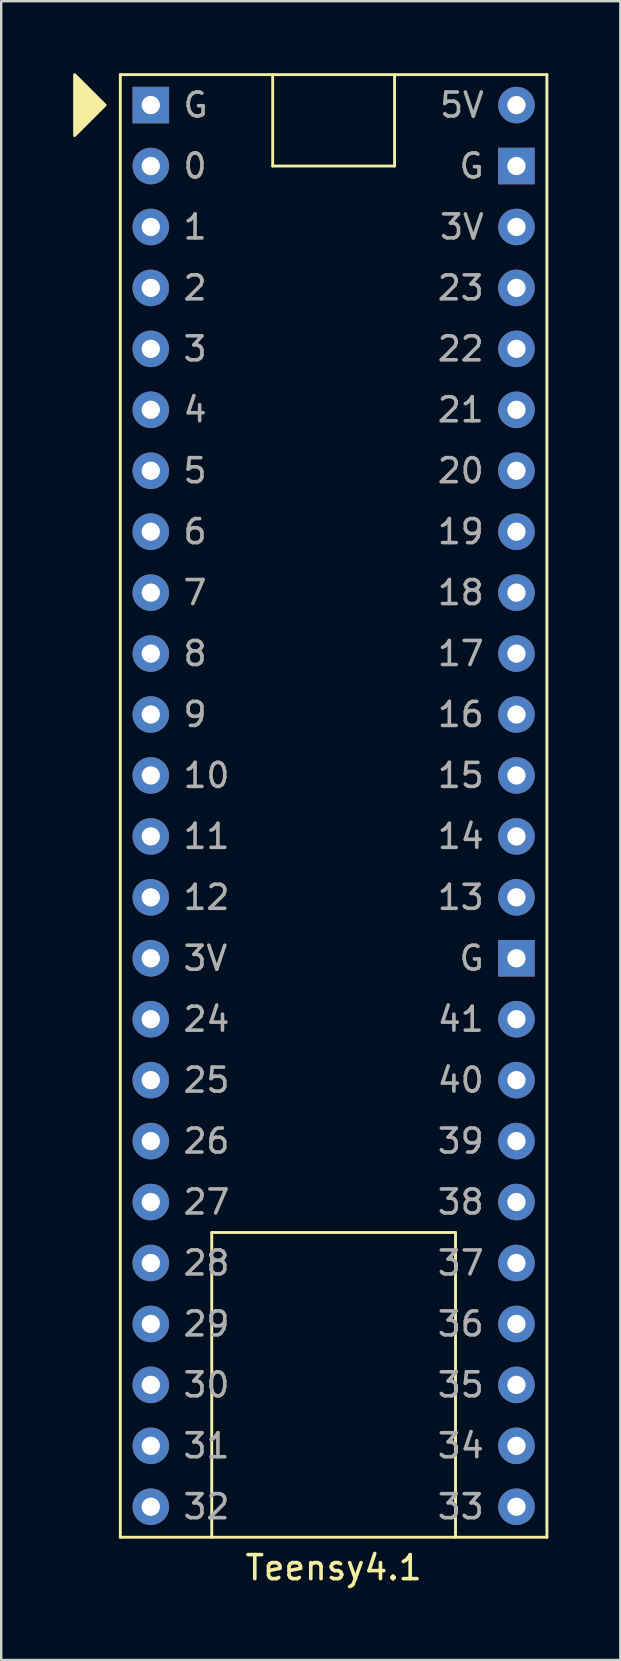
<source format=kicad_pcb>
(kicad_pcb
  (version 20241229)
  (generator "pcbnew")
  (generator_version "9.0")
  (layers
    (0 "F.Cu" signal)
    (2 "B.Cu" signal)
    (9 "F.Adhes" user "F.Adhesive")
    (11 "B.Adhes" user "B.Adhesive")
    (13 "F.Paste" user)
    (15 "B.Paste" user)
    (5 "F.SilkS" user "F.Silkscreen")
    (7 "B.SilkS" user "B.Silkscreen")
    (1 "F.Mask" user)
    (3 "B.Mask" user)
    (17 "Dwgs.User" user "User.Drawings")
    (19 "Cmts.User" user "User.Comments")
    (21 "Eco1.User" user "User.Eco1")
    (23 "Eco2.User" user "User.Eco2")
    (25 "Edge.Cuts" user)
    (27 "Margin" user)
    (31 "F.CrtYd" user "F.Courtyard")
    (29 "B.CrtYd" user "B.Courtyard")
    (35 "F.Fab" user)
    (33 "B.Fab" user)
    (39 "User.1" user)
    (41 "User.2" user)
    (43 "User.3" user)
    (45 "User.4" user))
  (footprint "Teensy4.1"
    (layer "F.Cu")
    (at 1.965 61.02)
    (property "Reference" "Teensy4.1" (at 8.89 1.27 0) (layer "F.SilkS") (effects (font (size 1 1) (thickness 0.15))))
    (attr through_hole)
    (fp_line (start 0 -60.96) (end 17.78 -60.96) (stroke (width 0.12) (type solid)) (layer "F.SilkS"))
    (fp_line (start 0 0) (end 0 -60.96) (stroke (width 0.12) (type solid)) (layer "F.SilkS"))
    (fp_line (start 3.81 -12.7) (end 13.97 -12.7) (stroke (width 0.12) (type solid)) (layer "F.SilkS"))
    (fp_line (start 3.81 0) (end 3.81 -12.7) (stroke (width 0.12) (type solid)) (layer "F.SilkS"))
    (fp_line (start 6.35 -60.96) (end 6.35 -57.15) (stroke (width 0.12) (type solid)) (layer "F.SilkS"))
    (fp_line (start 6.35 -57.15) (end 11.43 -57.15) (stroke (width 0.12) (type solid)) (layer "F.SilkS"))
    (fp_line (start 11.43 -57.15) (end 11.43 -60.96) (stroke (width 0.12) (type solid)) (layer "F.SilkS"))
    (fp_line (start 13.97 -12.7) (end 13.97 0) (stroke (width 0.12) (type solid)) (layer "F.SilkS"))
    (fp_line (start 17.78 -60.96) (end 17.78 0) (stroke (width 0.12) (type solid)) (layer "F.SilkS"))
    (fp_line (start 17.78 0) (end 0 0) (stroke (width 0.12) (type solid)) (layer "F.SilkS"))
    (fp_poly (pts (xy -0.635 -59.69) (xy -1.905 -58.42) (xy -1.905 -60.96)) (stroke (width 0.12) (type solid)) (fill yes) (layer "F.SilkS"))
    (fp_text user "3V" (at 2.54 -24.13 0) (layer "F.Fab") (effects (font (size 1 1) (thickness 0.15)) (justify left)))
    (fp_text user "26" (at 2.54 -16.51 0) (layer "F.Fab") (effects (font (size 1 1) (thickness 0.15)) (justify left)))
    (fp_text user "25" (at 2.54 -19.05 0) (layer "F.Fab") (effects (font (size 1 1) (thickness 0.15)) (justify left)))
    (fp_text user "5V" (at 15.24 -59.69 0) (layer "F.Fab") (effects (font (size 1 1) (thickness 0.15)) (justify right)))
    (fp_text user "34" (at 15.24 -3.81 0) (layer "F.Fab") (effects (font (size 1 1) (thickness 0.15)) (justify right)))
    (fp_text user "21" (at 15.24 -46.99 0) (layer "F.Fab") (effects (font (size 1 1) (thickness 0.15)) (justify right)))
    (fp_text user "5" (at 2.54 -44.45 0) (layer "F.Fab") (effects (font (size 1 1) (thickness 0.15)) (justify left)))
    (fp_text user "36" (at 15.24 -8.89 0) (layer "F.Fab") (effects (font (size 1 1) (thickness 0.15)) (justify right)))
    (fp_text user "20" (at 15.24 -44.45 0) (layer "F.Fab") (effects (font (size 1 1) (thickness 0.15)) (justify right)))
    (fp_text user "11" (at 2.54 -29.21 0) (layer "F.Fab") (effects (font (size 1 1) (thickness 0.15)) (justify left)))
    (fp_text user "G" (at 15.24 -57.15 0) (layer "F.Fab") (effects (font (size 1 1) (thickness 0.15)) (justify right)))
    (fp_text user "41" (at 15.24 -21.59 0) (layer "F.Fab") (effects (font (size 1 1) (thickness 0.15)) (justify right)))
    (fp_text user "29" (at 2.54 -8.89 0) (layer "F.Fab") (effects (font (size 1 1) (thickness 0.15)) (justify left)))
    (fp_text user "3" (at 2.54 -49.53 0) (layer "F.Fab") (effects (font (size 1 1) (thickness 0.15)) (justify left)))
    (fp_text user "33" (at 15.24 -1.27 0) (layer "F.Fab") (effects (font (size 1 1) (thickness 0.15)) (justify right)))
    (fp_text user "2" (at 2.54 -52.07 0) (layer "F.Fab") (effects (font (size 1 1) (thickness 0.15)) (justify left)))
    (fp_text user "30" (at 2.54 -6.35 0) (layer "F.Fab") (effects (font (size 1 1) (thickness 0.15)) (justify left)))
    (fp_text user "6" (at 2.54 -41.91 0) (layer "F.Fab") (effects (font (size 1 1) (thickness 0.15)) (justify left)))
    (fp_text user "18" (at 15.24 -39.37 0) (layer "F.Fab") (effects (font (size 1 1) (thickness 0.15)) (justify right)))
    (fp_text user "G" (at 15.24 -24.13 0) (layer "F.Fab") (effects (font (size 1 1) (thickness 0.15)) (justify right)))
    (fp_text user "37" (at 15.24 -11.43 0) (layer "F.Fab") (effects (font (size 1 1) (thickness 0.15)) (justify right)))
    (fp_text user "12" (at 2.54 -26.67 0) (layer "F.Fab") (effects (font (size 1 1) (thickness 0.15)) (justify left)))
    (fp_text user "0" (at 2.54 -57.15 0) (layer "F.Fab") (effects (font (size 1 1) (thickness 0.15)) (justify left)))
    (fp_text user "1" (at 2.54 -54.61 0) (layer "F.Fab") (effects (font (size 1 1) (thickness 0.15)) (justify left)))
    (fp_text user "4" (at 2.54 -46.99 0) (layer "F.Fab") (effects (font (size 1 1) (thickness 0.15)) (justify left)))
    (fp_text user "40" (at 15.24 -19.05 0) (layer "F.Fab") (effects (font (size 1 1) (thickness 0.15)) (justify right)))
    (fp_text user "38" (at 15.24 -13.97 0) (layer "F.Fab") (effects (font (size 1 1) (thickness 0.15)) (justify right)))
    (fp_text user "32" (at 2.54 -1.27 0) (layer "F.Fab") (effects (font (size 1 1) (thickness 0.15)) (justify left)))
    (fp_text user "39" (at 15.24 -16.51 0) (layer "F.Fab") (effects (font (size 1 1) (thickness 0.15)) (justify right)))
    (fp_text user "9" (at 2.54 -34.29 0) (layer "F.Fab") (effects (font (size 1 1) (thickness 0.15)) (justify left)))
    (fp_text user "35" (at 15.24 -6.35 0) (layer "F.Fab") (effects (font (size 1 1) (thickness 0.15)) (justify right)))
    (fp_text user "G" (at 2.54 -59.69 0) (layer "F.Fab") (effects (font (size 1 1) (thickness 0.15)) (justify left)))
    (fp_text user "22" (at 15.24 -49.53 0) (layer "F.Fab") (effects (font (size 1 1) (thickness 0.15)) (justify right)))
    (fp_text user "8" (at 2.54 -36.83 0) (layer "F.Fab") (effects (font (size 1 1) (thickness 0.15)) (justify left)))
    (fp_text user "13" (at 15.24 -26.67 0) (layer "F.Fab") (effects (font (size 1 1) (thickness 0.15)) (justify right)))
    (fp_text user "27" (at 2.54 -13.97 0) (layer "F.Fab") (effects (font (size 1 1) (thickness 0.15)) (justify left)))
    (fp_text user "19" (at 15.24 -41.91 0) (layer "F.Fab") (effects (font (size 1 1) (thickness 0.15)) (justify right)))
    (fp_text user "31" (at 2.54 -3.81 0) (layer "F.Fab") (effects (font (size 1 1) (thickness 0.15)) (justify left)))
    (fp_text user "10" (at 2.54 -31.75 0) (layer "F.Fab") (effects (font (size 1 1) (thickness 0.15)) (justify left)))
    (fp_text user "15" (at 15.24 -31.75 0) (layer "F.Fab") (effects (font (size 1 1) (thickness 0.15)) (justify right)))
    (fp_text user "7" (at 2.54 -39.37 0) (layer "F.Fab") (effects (font (size 1 1) (thickness 0.15)) (justify left)))
    (fp_text user "14" (at 15.24 -29.21 0) (layer "F.Fab") (effects (font (size 1 1) (thickness 0.15)) (justify right)))
    (fp_text user "17" (at 15.24 -36.83 0) (layer "F.Fab") (effects (font (size 1 1) (thickness 0.15)) (justify right)))
    (fp_text user "3V" (at 15.24 -54.61 0) (layer "F.Fab") (effects (font (size 1 1) (thickness 0.15)) (justify right)))
    (fp_text user "23" (at 15.24 -52.07 0) (layer "F.Fab") (effects (font (size 1 1) (thickness 0.15)) (justify right)))
    (fp_text user "28" (at 2.54 -11.43 0) (layer "F.Fab") (effects (font (size 1 1) (thickness 0.15)) (justify left)))
    (fp_text user "24" (at 2.54 -21.59 0) (layer "F.Fab") (effects (font (size 1 1) (thickness 0.15)) (justify left)))
    (fp_text user "16" (at 15.24 -34.29 0) (layer "F.Fab") (effects (font (size 1 1) (thickness 0.15)) (justify right)))
    (pad "1" thru_hole rect (at 1.27 -59.69) (size 1.524 1.524) (drill 0.762) (layers "*.Cu" "*.Mask"))
    (pad "2" thru_hole circle (at 1.27 -57.15) (size 1.524 1.524) (drill 0.762) (layers "*.Cu" "*.Mask"))
    (pad "3" thru_hole circle (at 1.27 -54.61) (size 1.524 1.524) (drill 0.762) (layers "*.Cu" "*.Mask"))
    (pad "4" thru_hole circle (at 1.27 -52.07) (size 1.524 1.524) (drill 0.762) (layers "*.Cu" "*.Mask"))
    (pad "5" thru_hole circle (at 1.27 -49.53) (size 1.524 1.524) (drill 0.762) (layers "*.Cu" "*.Mask"))
    (pad "6" thru_hole circle (at 1.27 -46.99) (size 1.524 1.524) (drill 0.762) (layers "*.Cu" "*.Mask"))
    (pad "7" thru_hole circle (at 1.27 -44.45) (size 1.524 1.524) (drill 0.762) (layers "*.Cu" "*.Mask"))
    (pad "8" thru_hole circle (at 1.27 -41.91) (size 1.524 1.524) (drill 0.762) (layers "*.Cu" "*.Mask"))
    (pad "9" thru_hole circle (at 1.27 -39.37) (size 1.524 1.524) (drill 0.762) (layers "*.Cu" "*.Mask"))
    (pad "10" thru_hole circle (at 1.27 -36.83) (size 1.524 1.524) (drill 0.762) (layers "*.Cu" "*.Mask"))
    (pad "11" thru_hole circle (at 1.27 -34.29) (size 1.524 1.524) (drill 0.762) (layers "*.Cu" "*.Mask"))
    (pad "12" thru_hole circle (at 1.27 -31.75) (size 1.524 1.524) (drill 0.762) (layers "*.Cu" "*.Mask"))
    (pad "13" thru_hole circle (at 1.27 -29.21) (size 1.524 1.524) (drill 0.762) (layers "*.Cu" "*.Mask"))
    (pad "14" thru_hole circle (at 1.27 -26.67) (size 1.524 1.524) (drill 0.762) (layers "*.Cu" "*.Mask"))
    (pad "15" thru_hole circle (at 1.27 -24.13) (size 1.524 1.524) (drill 0.762) (layers "*.Cu" "*.Mask"))
    (pad "16" thru_hole rect (at 16.51 -24.13) (size 1.524 1.524) (drill 0.762) (layers "*.Cu" "*.Mask"))
    (pad "17" thru_hole circle (at 16.51 -26.67) (size 1.524 1.524) (drill 0.762) (layers "*.Cu" "*.Mask"))
    (pad "18" thru_hole circle (at 16.51 -29.21) (size 1.524 1.524) (drill 0.762) (layers "*.Cu" "*.Mask"))
    (pad "19" thru_hole circle (at 16.51 -31.75) (size 1.524 1.524) (drill 0.762) (layers "*.Cu" "*.Mask"))
    (pad "20" thru_hole circle (at 16.51 -34.29) (size 1.524 1.524) (drill 0.762) (layers "*.Cu" "*.Mask"))
    (pad "21" thru_hole circle (at 16.51 -36.83) (size 1.524 1.524) (drill 0.762) (layers "*.Cu" "*.Mask"))
    (pad "22" thru_hole circle (at 16.51 -39.37) (size 1.524 1.524) (drill 0.762) (layers "*.Cu" "*.Mask"))
    (pad "23" thru_hole circle (at 16.51 -41.91) (size 1.524 1.524) (drill 0.762) (layers "*.Cu" "*.Mask"))
    (pad "24" thru_hole circle (at 16.51 -44.45) (size 1.524 1.524) (drill 0.762) (layers "*.Cu" "*.Mask"))
    (pad "25" thru_hole circle (at 16.51 -46.99) (size 1.524 1.524) (drill 0.762) (layers "*.Cu" "*.Mask"))
    (pad "26" thru_hole circle (at 16.51 -49.53) (size 1.524 1.524) (drill 0.762) (layers "*.Cu" "*.Mask"))
    (pad "27" thru_hole circle (at 16.51 -52.07) (size 1.524 1.524) (drill 0.762) (layers "*.Cu" "*.Mask"))
    (pad "28" thru_hole circle (at 16.51 -54.61) (size 1.524 1.524) (drill 0.762) (layers "*.Cu" "*.Mask"))
    (pad "29" thru_hole rect (at 16.51 -57.15) (size 1.524 1.524) (drill 0.762) (layers "*.Cu" "*.Mask"))
    (pad "30" thru_hole circle (at 16.51 -59.69) (size 1.524 1.524) (drill 0.762) (layers "*.Cu" "*.Mask"))
    (pad "31" thru_hole circle (at 1.27 -21.59) (size 1.524 1.524) (drill 0.762) (layers "*.Cu" "*.Mask"))
    (pad "32" thru_hole circle (at 1.27 -19.05) (size 1.524 1.524) (drill 0.762) (layers "*.Cu" "*.Mask"))
    (pad "33" thru_hole circle (at 1.27 -16.51) (size 1.524 1.524) (drill 0.762) (layers "*.Cu" "*.Mask"))
    (pad "34" thru_hole circle (at 1.27 -13.97) (size 1.524 1.524) (drill 0.762) (layers "*.Cu" "*.Mask"))
    (pad "35" thru_hole circle (at 1.27 -11.43) (size 1.524 1.524) (drill 0.762) (layers "*.Cu" "*.Mask"))
    (pad "36" thru_hole circle (at 1.27 -8.89) (size 1.524 1.524) (drill 0.762) (layers "*.Cu" "*.Mask"))
    (pad "37" thru_hole circle (at 1.27 -6.35) (size 1.524 1.524) (drill 0.762) (layers "*.Cu" "*.Mask"))
    (pad "38" thru_hole circle (at 1.27 -3.81) (size 1.524 1.524) (drill 0.762) (layers "*.Cu" "*.Mask"))
    (pad "39" thru_hole circle (at 1.27 -1.27) (size 1.524 1.524) (drill 0.762) (layers "*.Cu" "*.Mask"))
    (pad "40" thru_hole circle (at 16.51 -1.27) (size 1.524 1.524) (drill 0.762) (layers "*.Cu" "*.Mask"))
    (pad "41" thru_hole circle (at 16.51 -3.81) (size 1.524 1.524) (drill 0.762) (layers "*.Cu" "*.Mask"))
    (pad "42" thru_hole circle (at 16.51 -6.35) (size 1.524 1.524) (drill 0.762) (layers "*.Cu" "*.Mask"))
    (pad "43" thru_hole circle (at 16.51 -8.89) (size 1.524 1.524) (drill 0.762) (layers "*.Cu" "*.Mask"))
    (pad "44" thru_hole circle (at 16.51 -11.43) (size 1.524 1.524) (drill 0.762) (layers "*.Cu" "*.Mask"))
    (pad "45" thru_hole circle (at 16.51 -13.97) (size 1.524 1.524) (drill 0.762) (layers "*.Cu" "*.Mask"))
    (pad "46" thru_hole circle (at 16.51 -16.51) (size 1.524 1.524) (drill 0.762) (layers "*.Cu" "*.Mask"))
    (pad "47" thru_hole circle (at 16.51 -19.05) (size 1.524 1.524) (drill 0.762) (layers "*.Cu" "*.Mask"))
    (pad "48" thru_hole circle (at 16.51 -21.59) (size 1.524 1.524) (drill 0.762) (layers "*.Cu" "*.Mask")))
  (gr_rect
    (start -3 -3)
    (end 22.805 66.138)
    (stroke (width 0.1) (type default))
    (fill no)
    (layer "Edge.Cuts")))
</source>
